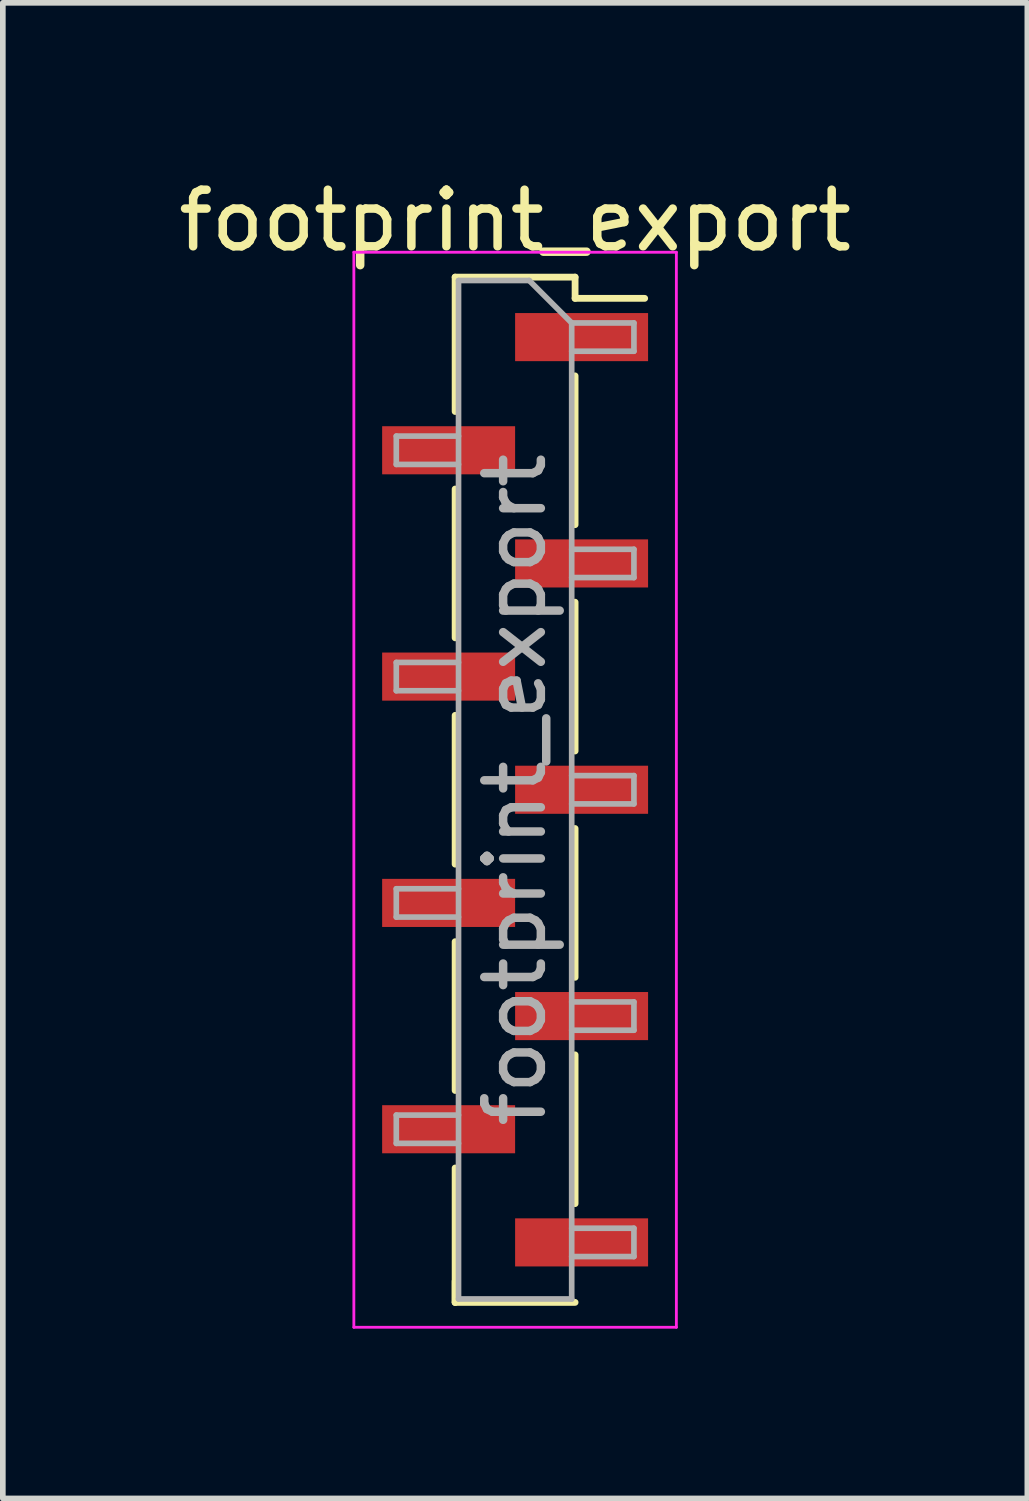
<source format=kicad_pcb>
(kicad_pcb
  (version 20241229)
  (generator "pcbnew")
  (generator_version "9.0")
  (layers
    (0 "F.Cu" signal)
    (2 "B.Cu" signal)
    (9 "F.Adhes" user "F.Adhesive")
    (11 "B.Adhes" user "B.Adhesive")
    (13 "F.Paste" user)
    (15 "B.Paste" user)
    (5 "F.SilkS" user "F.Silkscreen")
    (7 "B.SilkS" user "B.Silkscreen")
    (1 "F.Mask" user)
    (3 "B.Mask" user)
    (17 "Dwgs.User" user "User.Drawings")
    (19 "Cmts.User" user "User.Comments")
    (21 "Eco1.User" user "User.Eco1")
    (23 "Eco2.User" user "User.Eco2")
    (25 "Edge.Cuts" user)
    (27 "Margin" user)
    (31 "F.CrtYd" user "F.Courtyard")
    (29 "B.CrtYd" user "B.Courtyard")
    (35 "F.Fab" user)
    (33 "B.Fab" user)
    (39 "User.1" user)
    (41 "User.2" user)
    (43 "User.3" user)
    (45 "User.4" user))
  (footprint "footprint_export"
    (layer "F.Cu")
    (at 6.054 10.908)
    (property "Reference" "footprint_export" (at 0 -10.06 0) (layer "F.SilkS") (effects (font (size 1 1) (thickness 0.15))))
    (attr smd)
    (fp_line (start -1.06 -9.06) (end -1.06 -6.685) (stroke (width 0.12) (type solid)) (layer "F.SilkS"))
    (fp_line (start -1.06 -9.06) (end 1.06 -9.06) (stroke (width 0.12) (type solid)) (layer "F.SilkS"))
    (fp_line (start -1.06 -5.315) (end -1.06 -2.685) (stroke (width 0.12) (type solid)) (layer "F.SilkS"))
    (fp_line (start -1.06 -1.315) (end -1.06 1.315) (stroke (width 0.12) (type solid)) (layer "F.SilkS"))
    (fp_line (start -1.06 2.685) (end -1.06 5.315) (stroke (width 0.12) (type solid)) (layer "F.SilkS"))
    (fp_line (start -1.06 6.685) (end -1.06 9.06) (stroke (width 0.12) (type solid)) (layer "F.SilkS"))
    (fp_line (start -1.06 8.685) (end -1.06 9.06) (stroke (width 0.12) (type solid)) (layer "F.SilkS"))
    (fp_line (start -1.06 9.06) (end 1.06 9.06) (stroke (width 0.12) (type solid)) (layer "F.SilkS"))
    (fp_line (start 1.06 -9.06) (end 1.06 -8.685) (stroke (width 0.12) (type solid)) (layer "F.SilkS"))
    (fp_line (start 1.06 -8.685) (end 2.29 -8.685) (stroke (width 0.12) (type solid)) (layer "F.SilkS"))
    (fp_line (start 1.06 -7.315) (end 1.06 -4.685) (stroke (width 0.12) (type solid)) (layer "F.SilkS"))
    (fp_line (start 1.06 -3.315) (end 1.06 -0.685) (stroke (width 0.12) (type solid)) (layer "F.SilkS"))
    (fp_line (start 1.06 0.685) (end 1.06 3.315) (stroke (width 0.12) (type solid)) (layer "F.SilkS"))
    (fp_line (start 1.06 4.685) (end 1.06 7.315) (stroke (width 0.12) (type solid)) (layer "F.SilkS"))
    (fp_line (start -2.85 -9.5) (end -2.85 9.5) (stroke (width 0.05) (type solid)) (layer "F.CrtYd"))
    (fp_line (start -2.85 9.5) (end 2.85 9.5) (stroke (width 0.05) (type solid)) (layer "F.CrtYd"))
    (fp_line (start 2.85 -9.5) (end -2.85 -9.5) (stroke (width 0.05) (type solid)) (layer "F.CrtYd"))
    (fp_line (start 2.85 9.5) (end 2.85 -9.5) (stroke (width 0.05) (type solid)) (layer "F.CrtYd"))
    (fp_line (start -2.1 -6.25) (end -2.1 -5.75) (stroke (width 0.1) (type solid)) (layer "F.Fab"))
    (fp_line (start -2.1 -5.75) (end -1 -5.75) (stroke (width 0.1) (type solid)) (layer "F.Fab"))
    (fp_line (start -2.1 -2.25) (end -2.1 -1.75) (stroke (width 0.1) (type solid)) (layer "F.Fab"))
    (fp_line (start -2.1 -1.75) (end -1 -1.75) (stroke (width 0.1) (type solid)) (layer "F.Fab"))
    (fp_line (start -2.1 1.75) (end -2.1 2.25) (stroke (width 0.1) (type solid)) (layer "F.Fab"))
    (fp_line (start -2.1 2.25) (end -1 2.25) (stroke (width 0.1) (type solid)) (layer "F.Fab"))
    (fp_line (start -2.1 5.75) (end -2.1 6.25) (stroke (width 0.1) (type solid)) (layer "F.Fab"))
    (fp_line (start -2.1 6.25) (end -1 6.25) (stroke (width 0.1) (type solid)) (layer "F.Fab"))
    (fp_line (start -1 -9) (end -1 9) (stroke (width 0.1) (type solid)) (layer "F.Fab"))
    (fp_line (start -1 -9) (end 0.25 -9) (stroke (width 0.1) (type solid)) (layer "F.Fab"))
    (fp_line (start -1 -6.25) (end -2.1 -6.25) (stroke (width 0.1) (type solid)) (layer "F.Fab"))
    (fp_line (start -1 -2.25) (end -2.1 -2.25) (stroke (width 0.1) (type solid)) (layer "F.Fab"))
    (fp_line (start -1 1.75) (end -2.1 1.75) (stroke (width 0.1) (type solid)) (layer "F.Fab"))
    (fp_line (start -1 5.75) (end -2.1 5.75) (stroke (width 0.1) (type solid)) (layer "F.Fab"))
    (fp_line (start 1 -8.25) (end 0.25 -9) (stroke (width 0.1) (type solid)) (layer "F.Fab"))
    (fp_line (start 1 -8.25) (end 2.1 -8.25) (stroke (width 0.1) (type solid)) (layer "F.Fab"))
    (fp_line (start 1 -4.25) (end 2.1 -4.25) (stroke (width 0.1) (type solid)) (layer "F.Fab"))
    (fp_line (start 1 -0.25) (end 2.1 -0.25) (stroke (width 0.1) (type solid)) (layer "F.Fab"))
    (fp_line (start 1 3.75) (end 2.1 3.75) (stroke (width 0.1) (type solid)) (layer "F.Fab"))
    (fp_line (start 1 7.75) (end 2.1 7.75) (stroke (width 0.1) (type solid)) (layer "F.Fab"))
    (fp_line (start 1 9) (end -1 9) (stroke (width 0.1) (type solid)) (layer "F.Fab"))
    (fp_line (start 1 9) (end 1 -8.25) (stroke (width 0.1) (type solid)) (layer "F.Fab"))
    (fp_line (start 2.1 -8.25) (end 2.1 -7.75) (stroke (width 0.1) (type solid)) (layer "F.Fab"))
    (fp_line (start 2.1 -7.75) (end 1 -7.75) (stroke (width 0.1) (type solid)) (layer "F.Fab"))
    (fp_line (start 2.1 -4.25) (end 2.1 -3.75) (stroke (width 0.1) (type solid)) (layer "F.Fab"))
    (fp_line (start 2.1 -3.75) (end 1 -3.75) (stroke (width 0.1) (type solid)) (layer "F.Fab"))
    (fp_line (start 2.1 -0.25) (end 2.1 0.25) (stroke (width 0.1) (type solid)) (layer "F.Fab"))
    (fp_line (start 2.1 0.25) (end 1 0.25) (stroke (width 0.1) (type solid)) (layer "F.Fab"))
    (fp_line (start 2.1 3.75) (end 2.1 4.25) (stroke (width 0.1) (type solid)) (layer "F.Fab"))
    (fp_line (start 2.1 4.25) (end 1 4.25) (stroke (width 0.1) (type solid)) (layer "F.Fab"))
    (fp_line (start 2.1 7.75) (end 2.1 8.25) (stroke (width 0.1) (type solid)) (layer "F.Fab"))
    (fp_line (start 2.1 8.25) (end 1 8.25) (stroke (width 0.1) (type solid)) (layer "F.Fab"))
    (fp_text user "${REFERENCE}" (at 0 0 90) (layer "F.Fab") (effects (font (size 1 1) (thickness 0.15))))
    (pad "1" smd rect (at 1.175 -8) (size 2.35 0.85) (layers "F.Cu" "F.Mask" "F.Paste"))
    (pad "2" smd rect (at -1.175 -6) (size 2.35 0.85) (layers "F.Cu" "F.Mask" "F.Paste"))
    (pad "3" smd rect (at 1.175 -4) (size 2.35 0.85) (layers "F.Cu" "F.Mask" "F.Paste"))
    (pad "4" smd rect (at -1.175 -2) (size 2.35 0.85) (layers "F.Cu" "F.Mask" "F.Paste"))
    (pad "5" smd rect (at 1.175 0) (size 2.35 0.85) (layers "F.Cu" "F.Mask" "F.Paste"))
    (pad "6" smd rect (at -1.175 2) (size 2.35 0.85) (layers "F.Cu" "F.Mask" "F.Paste"))
    (pad "7" smd rect (at 1.175 4) (size 2.35 0.85) (layers "F.Cu" "F.Mask" "F.Paste"))
    (pad "8" smd rect (at -1.175 6) (size 2.35 0.85) (layers "F.Cu" "F.Mask" "F.Paste"))
    (pad "9" smd rect (at 1.175 8) (size 2.35 0.85) (layers "F.Cu" "F.Mask" "F.Paste")))
  (gr_rect
    (start -3 -3)
    (end 15.107 23.433)
    (stroke (width 0.1) (type default))
    (fill no)
    (layer "Edge.Cuts")))
</source>
